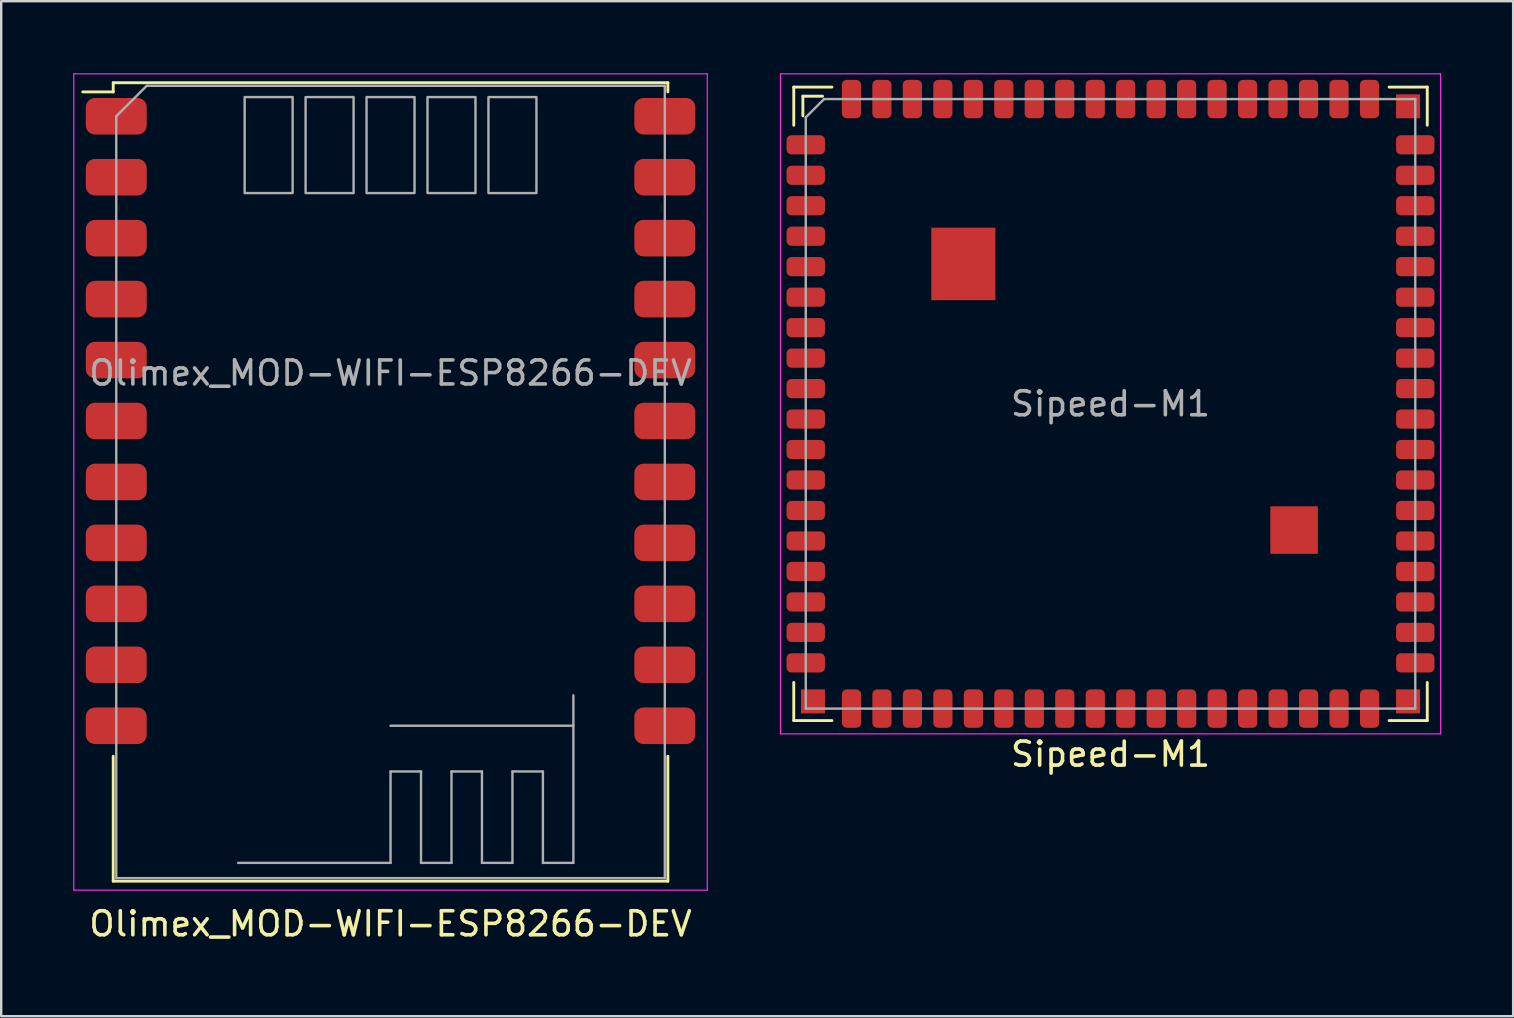
<source format=kicad_pcb>
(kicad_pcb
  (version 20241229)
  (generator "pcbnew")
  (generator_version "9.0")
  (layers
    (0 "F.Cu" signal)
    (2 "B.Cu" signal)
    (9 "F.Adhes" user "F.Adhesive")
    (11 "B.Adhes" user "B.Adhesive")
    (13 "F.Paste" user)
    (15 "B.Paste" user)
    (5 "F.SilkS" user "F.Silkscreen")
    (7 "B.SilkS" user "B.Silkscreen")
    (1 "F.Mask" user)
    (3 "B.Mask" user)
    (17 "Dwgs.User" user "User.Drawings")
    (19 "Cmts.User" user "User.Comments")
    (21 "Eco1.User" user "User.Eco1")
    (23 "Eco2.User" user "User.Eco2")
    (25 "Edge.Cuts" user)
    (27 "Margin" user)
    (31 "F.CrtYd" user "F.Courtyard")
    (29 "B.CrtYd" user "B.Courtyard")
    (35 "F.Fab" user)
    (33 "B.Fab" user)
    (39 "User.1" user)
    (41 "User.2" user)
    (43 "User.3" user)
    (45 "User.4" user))
  (footprint "Olimex_MOD-WIFI-ESP8266-DEV"
    (layer "F.Cu")
    (at 13.225 14.495)
    (property "Reference" "Olimex_MOD-WIFI-ESP8266-DEV" (at 0 20.955 0) (layer "F.SilkS") (effects (font (size 1 1) (thickness 0.15))))
    (attr smd)
    (fp_line (start -11.557 -14.097) (end -11.557 -13.716) (stroke (width 0.12) (type solid)) (layer "F.SilkS"))
    (fp_line (start -11.557 -13.716) (end -12.827 -13.716) (stroke (width 0.12) (type solid)) (layer "F.SilkS"))
    (fp_line (start -11.557 13.97) (end -11.557 19.177) (stroke (width 0.12) (type solid)) (layer "F.SilkS"))
    (fp_line (start -11.557 19.177) (end 11.557 19.177) (stroke (width 0.12) (type solid)) (layer "F.SilkS"))
    (fp_line (start 11.557 -14.097) (end -11.557 -14.097) (stroke (width 0.12) (type solid)) (layer "F.SilkS"))
    (fp_line (start 11.557 -13.716) (end 11.557 -14.097) (stroke (width 0.12) (type solid)) (layer "F.SilkS"))
    (fp_line (start 11.557 19.177) (end 11.557 13.97) (stroke (width 0.12) (type solid)) (layer "F.SilkS"))
    (fp_line (start -13.2 -14.47) (end -13.2 19.55) (stroke (width 0.05) (type solid)) (layer "F.CrtYd"))
    (fp_line (start -13.2 19.55) (end 13.2 19.55) (stroke (width 0.05) (type solid)) (layer "F.CrtYd"))
    (fp_line (start 13.2 -14.47) (end -13.2 -14.47) (stroke (width 0.05) (type solid)) (layer "F.CrtYd"))
    (fp_line (start 13.2 19.55) (end 13.2 -14.47) (stroke (width 0.05) (type solid)) (layer "F.CrtYd"))
    (fp_line (start -11.43 -12.7) (end -11.43 19.05) (stroke (width 0.1) (type solid)) (layer "F.Fab"))
    (fp_line (start -11.43 19.05) (end 11.43 19.05) (stroke (width 0.1) (type solid)) (layer "F.Fab"))
    (fp_line (start -10.16 -13.97) (end -11.43 -12.7) (stroke (width 0.1) (type solid)) (layer "F.Fab"))
    (fp_line (start -10.16 -13.97) (end 11.43 -13.97) (stroke (width 0.1) (type solid)) (layer "F.Fab"))
    (fp_line (start -6.35 18.415) (end 0 18.415) (stroke (width 0.1) (type solid)) (layer "F.Fab"))
    (fp_line (start 0 14.605) (end 1.27 14.605) (stroke (width 0.1) (type solid)) (layer "F.Fab"))
    (fp_line (start 0 18.415) (end 0 14.605) (stroke (width 0.1) (type solid)) (layer "F.Fab"))
    (fp_line (start 1.27 14.605) (end 1.27 18.415) (stroke (width 0.1) (type solid)) (layer "F.Fab"))
    (fp_line (start 1.27 18.415) (end 2.54 18.415) (stroke (width 0.1) (type solid)) (layer "F.Fab"))
    (fp_line (start 2.54 14.605) (end 3.81 14.605) (stroke (width 0.1) (type solid)) (layer "F.Fab"))
    (fp_line (start 2.54 18.415) (end 2.54 14.605) (stroke (width 0.1) (type solid)) (layer "F.Fab"))
    (fp_line (start 3.81 14.605) (end 3.81 18.415) (stroke (width 0.1) (type solid)) (layer "F.Fab"))
    (fp_line (start 3.81 18.415) (end 5.08 18.415) (stroke (width 0.1) (type solid)) (layer "F.Fab"))
    (fp_line (start 5.08 14.605) (end 6.35 14.605) (stroke (width 0.1) (type solid)) (layer "F.Fab"))
    (fp_line (start 5.08 18.415) (end 5.08 14.605) (stroke (width 0.1) (type solid)) (layer "F.Fab"))
    (fp_line (start 6.35 14.605) (end 6.35 18.415) (stroke (width 0.1) (type solid)) (layer "F.Fab"))
    (fp_line (start 6.35 18.415) (end 7.62 18.415) (stroke (width 0.1) (type solid)) (layer "F.Fab"))
    (fp_line (start 7.62 12.7) (end 0 12.7) (stroke (width 0.1) (type solid)) (layer "F.Fab"))
    (fp_line (start 7.62 18.415) (end 7.62 11.43) (stroke (width 0.1) (type solid)) (layer "F.Fab"))
    (fp_line (start 11.43 -13.97) (end 11.43 19.05) (stroke (width 0.1) (type solid)) (layer "F.Fab"))
    (fp_poly (pts (xy -4.08 -9.5) (xy -6.08 -9.5) (xy -6.08 -13.5) (xy -4.08 -13.5)) (stroke (width 0.1) (type solid)) (fill no) (layer "F.Fab"))
    (fp_poly (pts (xy -1.54 -9.5) (xy -3.54 -9.5) (xy -3.54 -13.5) (xy -1.54 -13.5)) (stroke (width 0.1) (type solid)) (fill no) (layer "F.Fab"))
    (fp_poly (pts (xy 1 -9.5) (xy -1 -9.5) (xy -1 -13.5) (xy 1 -13.5)) (stroke (width 0.1) (type solid)) (fill no) (layer "F.Fab"))
    (fp_poly (pts (xy 3.54 -9.5) (xy 1.54 -9.5) (xy 1.54 -13.5) (xy 3.54 -13.5)) (stroke (width 0.1) (type solid)) (fill no) (layer "F.Fab"))
    (fp_poly (pts (xy 6.08 -9.5) (xy 4.08 -9.5) (xy 4.08 -13.5) (xy 6.08 -13.5)) (stroke (width 0.1) (type solid)) (fill no) (layer "F.Fab"))
    (fp_text user "${REFERENCE}" (at 0 -2 0) (unlocked yes) (layer "F.Fab") (effects (font (size 1 1) (thickness 0.15))))
    (pad "1" smd roundrect (at -11.43 -12.7) (size 2.54 1.524) (layers "F.Cu" "F.Mask" "F.Paste") (roundrect_rratio 0.25))
    (pad "2" smd roundrect (at -11.43 -10.16) (size 2.54 1.524) (layers "F.Cu" "F.Mask" "F.Paste") (roundrect_rratio 0.25))
    (pad "3" smd roundrect (at -11.43 -7.62) (size 2.54 1.524) (layers "F.Cu" "F.Mask" "F.Paste") (roundrect_rratio 0.25))
    (pad "4" smd roundrect (at -11.43 -5.08) (size 2.54 1.524) (layers "F.Cu" "F.Mask" "F.Paste") (roundrect_rratio 0.25))
    (pad "5" smd roundrect (at -11.43 -2.54) (size 2.54 1.524) (layers "F.Cu" "F.Mask" "F.Paste") (roundrect_rratio 0.25))
    (pad "6" smd roundrect (at -11.43 0) (size 2.54 1.524) (layers "F.Cu" "F.Mask" "F.Paste") (roundrect_rratio 0.25))
    (pad "7" smd roundrect (at -11.43 2.54) (size 2.54 1.524) (layers "F.Cu" "F.Mask" "F.Paste") (roundrect_rratio 0.25))
    (pad "8" smd roundrect (at -11.43 5.08) (size 2.54 1.524) (layers "F.Cu" "F.Mask" "F.Paste") (roundrect_rratio 0.25))
    (pad "9" smd roundrect (at -11.43 7.62) (size 2.54 1.524) (layers "F.Cu" "F.Mask" "F.Paste") (roundrect_rratio 0.25))
    (pad "10" smd roundrect (at -11.43 10.16) (size 2.54 1.524) (layers "F.Cu" "F.Mask" "F.Paste") (roundrect_rratio 0.25))
    (pad "11" smd roundrect (at -11.43 12.7) (size 2.54 1.524) (layers "F.Cu" "F.Mask" "F.Paste") (roundrect_rratio 0.25))
    (pad "12" smd roundrect (at 11.43 12.7) (size 2.54 1.524) (layers "F.Cu" "F.Mask" "F.Paste") (roundrect_rratio 0.25))
    (pad "13" smd roundrect (at 11.43 10.16) (size 2.54 1.524) (layers "F.Cu" "F.Mask" "F.Paste") (roundrect_rratio 0.25))
    (pad "14" smd roundrect (at 11.43 7.62) (size 2.54 1.524) (layers "F.Cu" "F.Mask" "F.Paste") (roundrect_rratio 0.25))
    (pad "15" smd roundrect (at 11.43 5.08) (size 2.54 1.524) (layers "F.Cu" "F.Mask" "F.Paste") (roundrect_rratio 0.25))
    (pad "16" smd roundrect (at 11.43 2.54) (size 2.54 1.524) (layers "F.Cu" "F.Mask" "F.Paste") (roundrect_rratio 0.25))
    (pad "17" smd roundrect (at 11.43 0) (size 2.54 1.524) (layers "F.Cu" "F.Mask" "F.Paste") (roundrect_rratio 0.25))
    (pad "18" smd roundrect (at 11.43 -2.54) (size 2.54 1.524) (layers "F.Cu" "F.Mask" "F.Paste") (roundrect_rratio 0.25))
    (pad "19" smd roundrect (at 11.43 -5.08) (size 2.54 1.524) (layers "F.Cu" "F.Mask" "F.Paste") (roundrect_rratio 0.25))
    (pad "20" smd roundrect (at 11.43 -7.62) (size 2.54 1.524) (layers "F.Cu" "F.Mask" "F.Paste") (roundrect_rratio 0.25))
    (pad "21" smd roundrect (at 11.43 -10.16) (size 2.54 1.524) (layers "F.Cu" "F.Mask" "F.Paste") (roundrect_rratio 0.25))
    (pad "22" smd roundrect (at 11.43 -12.7) (size 2.54 1.524) (layers "F.Cu" "F.Mask" "F.Paste") (roundrect_rratio 0.25))
    (zone (net_name "") (layer "F.Cu") (name "Exposed copper keepout") (hatch full 0.508) (connect_pads) (min_thickness 0.254) (filled_areas_thickness no) (keepout (tracks not_allowed) (vias not_allowed) (pads not_allowed) (copperpour not_allowed) (footprints allowed)) (placement (enabled no)) (fill) (polygon (pts (xy 20.225 5.995) (xy 6.225 5.995) (xy 6.225 0.495) (xy 20.225 0.495))))
    (zone (net_name "") (layers "F.Cu" "B.Cu") (name "Antenna Keepout") (hatch full 0.508) (connect_pads) (min_thickness 0.254) (filled_areas_thickness no) (keepout (tracks not_allowed) (vias not_allowed) (pads not_allowed) (copperpour not_allowed) (footprints not_allowed)) (placement (enabled no)) (fill) (polygon (pts (xy 22.75 28.465) (xy 25.29 28.465) (xy 25.29 34.18) (xy 1.16 34.18) (xy 1.16 28.465) (xy 3.7 28.465) (xy 3.7 25.925) (xy 22.75 25.925)))))
  (footprint "Sipeed-M1"
    (layer "F.Cu")
    (at 43.229 13.779)
    (property "Reference" "Sipeed-M1" (at 0 14.6 0) (layer "F.SilkS") (effects (font (size 1 1) (thickness 0.15))))
    (attr smd)
    (fp_line (start -13.2 -13.2) (end -13.2 -11.61) (stroke (width 0.12) (type solid)) (layer "F.SilkS"))
    (fp_line (start -13.2 13.2) (end -13.2 11.61) (stroke (width 0.12) (type solid)) (layer "F.SilkS"))
    (fp_line (start -12.82 -12.82) (end -12.82 -12) (stroke (width 0.12) (type solid)) (layer "F.SilkS"))
    (fp_line (start -12 -12.82) (end -12.82 -12.82) (stroke (width 0.12) (type solid)) (layer "F.SilkS"))
    (fp_line (start -11.61 -13.2) (end -13.2 -13.2) (stroke (width 0.12) (type solid)) (layer "F.SilkS"))
    (fp_line (start -11.61 13.2) (end -13.2 13.2) (stroke (width 0.12) (type solid)) (layer "F.SilkS"))
    (fp_line (start 11.61 13.2) (end 13.2 13.2) (stroke (width 0.12) (type solid)) (layer "F.SilkS"))
    (fp_line (start 13.2 -13.2) (end 11.61 -13.2) (stroke (width 0.12) (type solid)) (layer "F.SilkS"))
    (fp_line (start 13.2 -11.61) (end 13.2 -13.2) (stroke (width 0.12) (type solid)) (layer "F.SilkS"))
    (fp_line (start 13.2 13.2) (end 13.2 11.61) (stroke (width 0.12) (type solid)) (layer "F.SilkS"))
    (fp_line (start -13.754 -13.754) (end 13.754 -13.754) (stroke (width 0.05) (type solid)) (layer "F.CrtYd"))
    (fp_line (start -13.754 13.754) (end -13.754 -13.754) (stroke (width 0.05) (type solid)) (layer "F.CrtYd"))
    (fp_line (start 13.754 -13.754) (end 13.754 13.754) (stroke (width 0.05) (type solid)) (layer "F.CrtYd"))
    (fp_line (start 13.754 13.754) (end -13.754 13.754) (stroke (width 0.05) (type solid)) (layer "F.CrtYd"))
    (fp_line (start -12.7 -11.938) (end -11.938 -12.7) (stroke (width 0.1) (type solid)) (layer "F.Fab"))
    (fp_line (start -12.7 12.7) (end -12.7 -11.938) (stroke (width 0.1) (type solid)) (layer "F.Fab"))
    (fp_line (start -11.938 -12.7) (end 12.7 -12.7) (stroke (width 0.1) (type solid)) (layer "F.Fab"))
    (fp_line (start 12.7 -12.7) (end 12.7 12.7) (stroke (width 0.1) (type solid)) (layer "F.Fab"))
    (fp_line (start 12.7 12.7) (end -12.7 12.7) (stroke (width 0.1) (type solid)) (layer "F.Fab"))
    (fp_text user "${REFERENCE}" (at 0 0 0) (layer "F.Fab") (effects (font (size 1 1) (thickness 0.15))))
    (pad "" smd roundrect (at -6.8 -6.582) (size 1.18 1.355) (layers "F.Paste") (roundrect_rratio 0.25))
    (pad "" smd roundrect (at -6.8 -5.077) (size 1.18 1.355) (layers "F.Paste") (roundrect_rratio 0.25))
    (pad "" smd roundrect (at -5.47 -6.582) (size 1.18 1.355) (layers "F.Paste") (roundrect_rratio 0.25))
    (pad "" smd roundrect (at -5.47 -5.077) (size 1.18 1.355) (layers "F.Paste") (roundrect_rratio 0.25))
    (pad "" smd roundrect (at 7.157 4.762) (size 0.835 0.835) (layers "F.Paste") (roundrect_rratio 0.25))
    (pad "" smd roundrect (at 7.157 5.753) (size 0.835 0.835) (layers "F.Paste") (roundrect_rratio 0.25))
    (pad "" smd roundrect (at 8.143 4.762) (size 0.835 0.835) (layers "F.Paste") (roundrect_rratio 0.25))
    (pad "" smd roundrect (at 8.143 5.753) (size 0.835 0.835) (layers "F.Paste") (roundrect_rratio 0.25))
    (pad "1" smd roundrect (at -12.7 -10.795) (size 1.6 0.8) (layers "F.Cu" "F.Mask" "F.Paste") (roundrect_rratio 0.25))
    (pad "2" smd roundrect (at -12.7 -9.525) (size 1.6 0.8) (layers "F.Cu" "F.Mask" "F.Paste") (roundrect_rratio 0.25))
    (pad "3" smd roundrect (at -12.7 -8.255) (size 1.6 0.8) (layers "F.Cu" "F.Mask" "F.Paste") (roundrect_rratio 0.25))
    (pad "4" smd roundrect (at -12.7 -6.985) (size 1.6 0.8) (layers "F.Cu" "F.Mask" "F.Paste") (roundrect_rratio 0.25))
    (pad "5" smd roundrect (at -12.7 -5.715) (size 1.6 0.8) (layers "F.Cu" "F.Mask" "F.Paste") (roundrect_rratio 0.25))
    (pad "6" smd roundrect (at -12.7 -4.445) (size 1.6 0.8) (layers "F.Cu" "F.Mask" "F.Paste") (roundrect_rratio 0.25))
    (pad "7" smd roundrect (at -12.7 -3.175) (size 1.6 0.8) (layers "F.Cu" "F.Mask" "F.Paste") (roundrect_rratio 0.25))
    (pad "8" smd roundrect (at -12.7 -1.905) (size 1.6 0.8) (layers "F.Cu" "F.Mask" "F.Paste") (roundrect_rratio 0.25))
    (pad "9" smd roundrect (at -12.7 -0.635) (size 1.6 0.8) (layers "F.Cu" "F.Mask" "F.Paste") (roundrect_rratio 0.25))
    (pad "10" smd roundrect (at -12.7 0.635) (size 1.6 0.8) (layers "F.Cu" "F.Mask" "F.Paste") (roundrect_rratio 0.25))
    (pad "11" smd roundrect (at -12.7 1.905) (size 1.6 0.8) (layers "F.Cu" "F.Mask" "F.Paste") (roundrect_rratio 0.25))
    (pad "12" smd roundrect (at -12.7 3.175) (size 1.6 0.8) (layers "F.Cu" "F.Mask" "F.Paste") (roundrect_rratio 0.25))
    (pad "13" smd roundrect (at -12.7 4.445) (size 1.6 0.8) (layers "F.Cu" "F.Mask" "F.Paste") (roundrect_rratio 0.25))
    (pad "14" smd roundrect (at -12.7 5.715) (size 1.6 0.8) (layers "F.Cu" "F.Mask" "F.Paste") (roundrect_rratio 0.25))
    (pad "15" smd roundrect (at -12.7 6.985) (size 1.6 0.8) (layers "F.Cu" "F.Mask" "F.Paste") (roundrect_rratio 0.25))
    (pad "16" smd roundrect (at -12.7 8.255) (size 1.6 0.8) (layers "F.Cu" "F.Mask" "F.Paste") (roundrect_rratio 0.25))
    (pad "17" smd roundrect (at -12.7 9.525) (size 1.6 0.8) (layers "F.Cu" "F.Mask" "F.Paste") (roundrect_rratio 0.25))
    (pad "18" smd roundrect (at -12.7 10.795) (size 1.6 0.8) (layers "F.Cu" "F.Mask" "F.Paste") (roundrect_rratio 0.25))
    (pad "19" smd roundrect (at -10.795 12.7 90) (size 1.6 0.8) (layers "F.Cu" "F.Mask" "F.Paste") (roundrect_rratio 0.25))
    (pad "20" smd roundrect (at -9.525 12.7 90) (size 1.6 0.8) (layers "F.Cu" "F.Mask" "F.Paste") (roundrect_rratio 0.25))
    (pad "21" smd roundrect (at -8.255 12.7 90) (size 1.6 0.8) (layers "F.Cu" "F.Mask" "F.Paste") (roundrect_rratio 0.25))
    (pad "22" smd roundrect (at -6.985 12.7 90) (size 1.6 0.8) (layers "F.Cu" "F.Mask" "F.Paste") (roundrect_rratio 0.25))
    (pad "23" smd roundrect (at -5.715 12.7 90) (size 1.6 0.8) (layers "F.Cu" "F.Mask" "F.Paste") (roundrect_rratio 0.25))
    (pad "24" smd roundrect (at -4.445 12.7 90) (size 1.6 0.8) (layers "F.Cu" "F.Mask" "F.Paste") (roundrect_rratio 0.25))
    (pad "25" smd roundrect (at -3.175 12.7 90) (size 1.6 0.8) (layers "F.Cu" "F.Mask" "F.Paste") (roundrect_rratio 0.25))
    (pad "26" smd roundrect (at -1.905 12.7 90) (size 1.6 0.8) (layers "F.Cu" "F.Mask" "F.Paste") (roundrect_rratio 0.25))
    (pad "27" smd roundrect (at -0.635 12.7 90) (size 1.6 0.8) (layers "F.Cu" "F.Mask" "F.Paste") (roundrect_rratio 0.25))
    (pad "28" smd roundrect (at 0.635 12.7 90) (size 1.6 0.8) (layers "F.Cu" "F.Mask" "F.Paste") (roundrect_rratio 0.25))
    (pad "29" smd roundrect (at 1.905 12.7 90) (size 1.6 0.8) (layers "F.Cu" "F.Mask" "F.Paste") (roundrect_rratio 0.25))
    (pad "30" smd roundrect (at 3.175 12.7 90) (size 1.6 0.8) (layers "F.Cu" "F.Mask" "F.Paste") (roundrect_rratio 0.25))
    (pad "31" smd roundrect (at 4.445 12.7 90) (size 1.6 0.8) (layers "F.Cu" "F.Mask" "F.Paste") (roundrect_rratio 0.25))
    (pad "32" smd roundrect (at 5.715 12.7 90) (size 1.6 0.8) (layers "F.Cu" "F.Mask" "F.Paste") (roundrect_rratio 0.25))
    (pad "33" smd roundrect (at 6.985 12.7 90) (size 1.6 0.8) (layers "F.Cu" "F.Mask" "F.Paste") (roundrect_rratio 0.25))
    (pad "34" smd roundrect (at 8.255 12.7 90) (size 1.6 0.8) (layers "F.Cu" "F.Mask" "F.Paste") (roundrect_rratio 0.25))
    (pad "35" smd roundrect (at 9.525 12.7 90) (size 1.6 0.8) (layers "F.Cu" "F.Mask" "F.Paste") (roundrect_rratio 0.25))
    (pad "36" smd roundrect (at 10.795 12.7 90) (size 1.6 0.8) (layers "F.Cu" "F.Mask" "F.Paste") (roundrect_rratio 0.25))
    (pad "37" smd roundrect (at 12.7 10.795 180) (size 1.6 0.8) (layers "F.Cu" "F.Mask" "F.Paste") (roundrect_rratio 0.25))
    (pad "38" smd roundrect (at 12.7 9.525 180) (size 1.6 0.8) (layers "F.Cu" "F.Mask" "F.Paste") (roundrect_rratio 0.25))
    (pad "39" smd roundrect (at 12.7 8.255 180) (size 1.6 0.8) (layers "F.Cu" "F.Mask" "F.Paste") (roundrect_rratio 0.25))
    (pad "40" smd roundrect (at 12.7 6.985 180) (size 1.6 0.8) (layers "F.Cu" "F.Mask" "F.Paste") (roundrect_rratio 0.25))
    (pad "41" smd roundrect (at 12.7 5.715 180) (size 1.6 0.8) (layers "F.Cu" "F.Mask" "F.Paste") (roundrect_rratio 0.25))
    (pad "42" smd roundrect (at 12.7 4.445 180) (size 1.6 0.8) (layers "F.Cu" "F.Mask" "F.Paste") (roundrect_rratio 0.25))
    (pad "43" smd roundrect (at 12.7 3.175 180) (size 1.6 0.8) (layers "F.Cu" "F.Mask" "F.Paste") (roundrect_rratio 0.25))
    (pad "44" smd roundrect (at 12.7 1.905 180) (size 1.6 0.8) (layers "F.Cu" "F.Mask" "F.Paste") (roundrect_rratio 0.25))
    (pad "45" smd roundrect (at 12.7 0.635 180) (size 1.6 0.8) (layers "F.Cu" "F.Mask" "F.Paste") (roundrect_rratio 0.25))
    (pad "46" smd roundrect (at 12.7 -0.635 180) (size 1.6 0.8) (layers "F.Cu" "F.Mask" "F.Paste") (roundrect_rratio 0.25))
    (pad "47" smd roundrect (at 12.7 -1.905 180) (size 1.6 0.8) (layers "F.Cu" "F.Mask" "F.Paste") (roundrect_rratio 0.25))
    (pad "48" smd roundrect (at 12.7 -3.175 180) (size 1.6 0.8) (layers "F.Cu" "F.Mask" "F.Paste") (roundrect_rratio 0.25))
    (pad "49" smd roundrect (at 12.7 -4.445 180) (size 1.6 0.8) (layers "F.Cu" "F.Mask" "F.Paste") (roundrect_rratio 0.25))
    (pad "50" smd roundrect (at 12.7 -5.715 180) (size 1.6 0.8) (layers "F.Cu" "F.Mask" "F.Paste") (roundrect_rratio 0.25))
    (pad "51" smd roundrect (at 12.7 -6.985 180) (size 1.6 0.8) (layers "F.Cu" "F.Mask" "F.Paste") (roundrect_rratio 0.25))
    (pad "52" smd roundrect (at 12.7 -8.255 180) (size 1.6 0.8) (layers "F.Cu" "F.Mask" "F.Paste") (roundrect_rratio 0.25))
    (pad "53" smd roundrect (at 12.7 -9.525 180) (size 1.6 0.8) (layers "F.Cu" "F.Mask" "F.Paste") (roundrect_rratio 0.25))
    (pad "54" smd roundrect (at 12.7 -10.795 180) (size 1.6 0.8) (layers "F.Cu" "F.Mask" "F.Paste") (roundrect_rratio 0.25))
    (pad "55" smd roundrect (at 10.793 -12.7 270) (size 1.6 0.8) (layers "F.Cu" "F.Mask" "F.Paste") (roundrect_rratio 0.25))
    (pad "56" smd roundrect (at 9.523 -12.7 270) (size 1.6 0.8) (layers "F.Cu" "F.Mask" "F.Paste") (roundrect_rratio 0.25))
    (pad "57" smd roundrect (at 8.252 -12.7 270) (size 1.6 0.8) (layers "F.Cu" "F.Mask" "F.Paste") (roundrect_rratio 0.25))
    (pad "58" smd roundrect (at 6.982 -12.7 270) (size 1.6 0.8) (layers "F.Cu" "F.Mask" "F.Paste") (roundrect_rratio 0.25))
    (pad "59" smd roundrect (at 5.713 -12.7 270) (size 1.6 0.8) (layers "F.Cu" "F.Mask" "F.Paste") (roundrect_rratio 0.25))
    (pad "60" smd roundrect (at 4.442 -12.7 270) (size 1.6 0.8) (layers "F.Cu" "F.Mask" "F.Paste") (roundrect_rratio 0.25))
    (pad "61" smd roundrect (at 3.172 -12.7 270) (size 1.6 0.8) (layers "F.Cu" "F.Mask" "F.Paste") (roundrect_rratio 0.25))
    (pad "62" smd roundrect (at 1.903 -12.7 270) (size 1.6 0.8) (layers "F.Cu" "F.Mask" "F.Paste") (roundrect_rratio 0.25))
    (pad "63" smd roundrect (at 0.632 -12.7 270) (size 1.6 0.8) (layers "F.Cu" "F.Mask" "F.Paste") (roundrect_rratio 0.25))
    (pad "64" smd roundrect (at -0.637 -12.7 270) (size 1.6 0.8) (layers "F.Cu" "F.Mask" "F.Paste") (roundrect_rratio 0.25))
    (pad "65" smd roundrect (at -1.907 -12.7 270) (size 1.6 0.8) (layers "F.Cu" "F.Mask" "F.Paste") (roundrect_rratio 0.25))
    (pad "66" smd roundrect (at -3.178 -12.7 270) (size 1.6 0.8) (layers "F.Cu" "F.Mask" "F.Paste") (roundrect_rratio 0.25))
    (pad "67" smd roundrect (at -4.447 -12.7 270) (size 1.6 0.8) (layers "F.Cu" "F.Mask" "F.Paste") (roundrect_rratio 0.25))
    (pad "68" smd roundrect (at -5.718 -12.7 270) (size 1.6 0.8) (layers "F.Cu" "F.Mask" "F.Paste") (roundrect_rratio 0.25))
    (pad "69" smd roundrect (at -6.987 -12.7 270) (size 1.6 0.8) (layers "F.Cu" "F.Mask" "F.Paste") (roundrect_rratio 0.25))
    (pad "70" smd roundrect (at -8.258 -12.7 270) (size 1.6 0.8) (layers "F.Cu" "F.Mask" "F.Paste") (roundrect_rratio 0.25))
    (pad "71" smd roundrect (at -9.527 -12.7 270) (size 1.6 0.8) (layers "F.Cu" "F.Mask" "F.Paste") (roundrect_rratio 0.25))
    (pad "72" smd roundrect (at -10.797 -12.7 270) (size 1.6 0.8) (layers "F.Cu" "F.Mask" "F.Paste") (roundrect_rratio 0.25))
    (pad "73" smd rect (at -6.135 -5.83) (size 2.67 3.02) (layers "F.Cu" "F.Mask"))
    (pad "74" smd rect (at 7.65 5.26) (size 1.98 1.98) (layers "F.Cu" "F.Mask"))
    (pad "75" smd rect (at 12.4 12.4 90) (size 1 1) (layers "F.Cu" "F.Mask" "F.Paste"))
    (pad "76" smd rect (at 12.4 -12.4 90) (size 1 1) (layers "F.Cu" "F.Mask" "F.Paste"))
    (pad "77" smd rect (at -12.4 12.4 90) (size 1 1) (layers "F.Cu" "F.Mask" "F.Paste")))
  (gr_rect
    (start -3 -3)
    (end 60.008 39.298)
    (stroke (width 0.1) (type default))
    (fill no)
    (layer "Edge.Cuts")))
</source>
